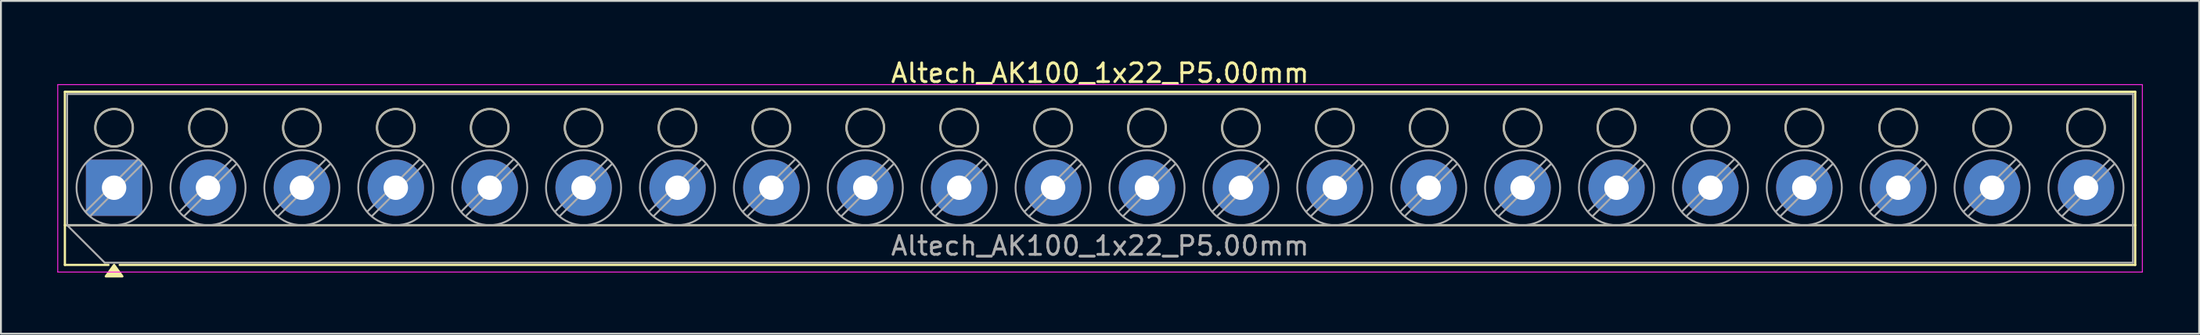
<source format=kicad_pcb>
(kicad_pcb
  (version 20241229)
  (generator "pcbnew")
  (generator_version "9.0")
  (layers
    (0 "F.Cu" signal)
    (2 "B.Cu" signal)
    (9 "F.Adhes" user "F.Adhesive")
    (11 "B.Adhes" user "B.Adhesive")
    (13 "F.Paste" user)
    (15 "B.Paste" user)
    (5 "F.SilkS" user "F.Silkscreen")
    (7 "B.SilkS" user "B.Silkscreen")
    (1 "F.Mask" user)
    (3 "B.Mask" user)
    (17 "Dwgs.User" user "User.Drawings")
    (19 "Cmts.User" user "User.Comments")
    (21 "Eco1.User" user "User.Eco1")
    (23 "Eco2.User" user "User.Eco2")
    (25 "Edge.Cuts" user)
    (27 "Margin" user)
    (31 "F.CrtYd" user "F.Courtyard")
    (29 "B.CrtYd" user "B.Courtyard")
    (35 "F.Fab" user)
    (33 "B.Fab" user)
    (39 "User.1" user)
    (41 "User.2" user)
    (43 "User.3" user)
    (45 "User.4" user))
  (footprint "Altech_AK100_1x22_P5.00mm"
    (layer "F.Cu")
    (at 3.025 6.968)
    (property "Reference" "Altech_AK100_1x22_P5.00mm" (at 52.5 -6.12 0) (layer "F.SilkS") (effects (font (size 1 1) (thickness 0.15))))
    (attr through_hole)
    (fp_line (start -2.62 -5.12) (end 107.62 -5.12) (stroke (width 0.12) (type solid)) (layer "F.SilkS"))
    (fp_line (start -2.62 2) (end 107.62 2) (stroke (width 0.12) (type solid)) (layer "F.SilkS"))
    (fp_line (start -2.62 4.12) (end -2.62 -5.12) (stroke (width 0.12) (type solid)) (layer "F.SilkS"))
    (fp_line (start -0.3 4.12) (end -2.62 4.12) (stroke (width 0.12) (type solid)) (layer "F.SilkS"))
    (fp_line (start 107.62 -5.12) (end 107.62 4.12) (stroke (width 0.12) (type solid)) (layer "F.SilkS"))
    (fp_line (start 107.62 4.12) (end 0.3 4.12) (stroke (width 0.12) (type solid)) (layer "F.SilkS"))
    (fp_circle (center 0 -3.2) (end 1 -3.2) (stroke (width 0.12) (type solid)) (fill no) (layer "F.SilkS"))
    (fp_circle (center 5 -3.2) (end 6 -3.2) (stroke (width 0.12) (type solid)) (fill no) (layer "F.SilkS"))
    (fp_circle (center 10 -3.2) (end 11 -3.2) (stroke (width 0.12) (type solid)) (fill no) (layer "F.SilkS"))
    (fp_circle (center 15 -3.2) (end 16 -3.2) (stroke (width 0.12) (type solid)) (fill no) (layer "F.SilkS"))
    (fp_circle (center 20 -3.2) (end 21 -3.2) (stroke (width 0.12) (type solid)) (fill no) (layer "F.SilkS"))
    (fp_circle (center 25 -3.2) (end 26 -3.2) (stroke (width 0.12) (type solid)) (fill no) (layer "F.SilkS"))
    (fp_circle (center 30 -3.2) (end 31 -3.2) (stroke (width 0.12) (type solid)) (fill no) (layer "F.SilkS"))
    (fp_circle (center 35 -3.2) (end 36 -3.2) (stroke (width 0.12) (type solid)) (fill no) (layer "F.SilkS"))
    (fp_circle (center 40 -3.2) (end 41 -3.2) (stroke (width 0.12) (type solid)) (fill no) (layer "F.SilkS"))
    (fp_circle (center 45 -3.2) (end 46 -3.2) (stroke (width 0.12) (type solid)) (fill no) (layer "F.SilkS"))
    (fp_circle (center 50 -3.2) (end 51 -3.2) (stroke (width 0.12) (type solid)) (fill no) (layer "F.SilkS"))
    (fp_circle (center 55 -3.2) (end 56 -3.2) (stroke (width 0.12) (type solid)) (fill no) (layer "F.SilkS"))
    (fp_circle (center 60 -3.2) (end 61 -3.2) (stroke (width 0.12) (type solid)) (fill no) (layer "F.SilkS"))
    (fp_circle (center 65 -3.2) (end 66 -3.2) (stroke (width 0.12) (type solid)) (fill no) (layer "F.SilkS"))
    (fp_circle (center 70 -3.2) (end 71 -3.2) (stroke (width 0.12) (type solid)) (fill no) (layer "F.SilkS"))
    (fp_circle (center 75 -3.2) (end 76 -3.2) (stroke (width 0.12) (type solid)) (fill no) (layer "F.SilkS"))
    (fp_circle (center 80 -3.2) (end 81 -3.2) (stroke (width 0.12) (type solid)) (fill no) (layer "F.SilkS"))
    (fp_circle (center 85 -3.2) (end 86 -3.2) (stroke (width 0.12) (type solid)) (fill no) (layer "F.SilkS"))
    (fp_circle (center 90 -3.2) (end 91 -3.2) (stroke (width 0.12) (type solid)) (fill no) (layer "F.SilkS"))
    (fp_circle (center 95 -3.2) (end 96 -3.2) (stroke (width 0.12) (type solid)) (fill no) (layer "F.SilkS"))
    (fp_circle (center 100 -3.2) (end 101 -3.2) (stroke (width 0.12) (type solid)) (fill no) (layer "F.SilkS"))
    (fp_circle (center 105 -3.2) (end 106 -3.2) (stroke (width 0.12) (type solid)) (fill no) (layer "F.SilkS"))
    (fp_poly (pts (xy 0 4.12) (xy 0.44 4.73) (xy -0.44 4.73)) (stroke (width 0.12) (type solid)) (fill yes) (layer "F.SilkS"))
    (fp_line (start -3 -5.5) (end -3 4.5) (stroke (width 0.05) (type solid)) (layer "F.CrtYd"))
    (fp_line (start -3 4.5) (end 108 4.5) (stroke (width 0.05) (type solid)) (layer "F.CrtYd"))
    (fp_line (start 108 -5.5) (end -3 -5.5) (stroke (width 0.05) (type solid)) (layer "F.CrtYd"))
    (fp_line (start 108 4.5) (end 108 -5.5) (stroke (width 0.05) (type solid)) (layer "F.CrtYd"))
    (fp_line (start -2.5 -5) (end 107.5 -5) (stroke (width 0.1) (type solid)) (layer "F.Fab"))
    (fp_line (start -2.5 2) (end -2.5 -5) (stroke (width 0.1) (type solid)) (layer "F.Fab"))
    (fp_line (start -2.5 2) (end 107.5 2) (stroke (width 0.1) (type solid)) (layer "F.Fab"))
    (fp_line (start -0.5 4) (end -2.5 2) (stroke (width 0.1) (type solid)) (layer "F.Fab"))
    (fp_line (start 1.273 -1.517) (end -1.517 1.273) (stroke (width 0.1) (type solid)) (layer "F.Fab"))
    (fp_line (start 1.517 -1.273) (end -1.273 1.517) (stroke (width 0.1) (type solid)) (layer "F.Fab"))
    (fp_line (start 6.273 -1.517) (end 3.483 1.273) (stroke (width 0.1) (type solid)) (layer "F.Fab"))
    (fp_line (start 6.517 -1.273) (end 3.727 1.517) (stroke (width 0.1) (type solid)) (layer "F.Fab"))
    (fp_line (start 11.273 -1.517) (end 8.483 1.273) (stroke (width 0.1) (type solid)) (layer "F.Fab"))
    (fp_line (start 11.517 -1.273) (end 8.727 1.517) (stroke (width 0.1) (type solid)) (layer "F.Fab"))
    (fp_line (start 16.273 -1.517) (end 13.483 1.273) (stroke (width 0.1) (type solid)) (layer "F.Fab"))
    (fp_line (start 16.517 -1.273) (end 13.727 1.517) (stroke (width 0.1) (type solid)) (layer "F.Fab"))
    (fp_line (start 21.273 -1.517) (end 18.483 1.273) (stroke (width 0.1) (type solid)) (layer "F.Fab"))
    (fp_line (start 21.517 -1.273) (end 18.727 1.517) (stroke (width 0.1) (type solid)) (layer "F.Fab"))
    (fp_line (start 26.273 -1.517) (end 23.483 1.273) (stroke (width 0.1) (type solid)) (layer "F.Fab"))
    (fp_line (start 26.517 -1.273) (end 23.727 1.517) (stroke (width 0.1) (type solid)) (layer "F.Fab"))
    (fp_line (start 31.273 -1.517) (end 28.483 1.273) (stroke (width 0.1) (type solid)) (layer "F.Fab"))
    (fp_line (start 31.517 -1.273) (end 28.727 1.517) (stroke (width 0.1) (type solid)) (layer "F.Fab"))
    (fp_line (start 36.273 -1.517) (end 33.483 1.273) (stroke (width 0.1) (type solid)) (layer "F.Fab"))
    (fp_line (start 36.517 -1.273) (end 33.727 1.517) (stroke (width 0.1) (type solid)) (layer "F.Fab"))
    (fp_line (start 41.273 -1.517) (end 38.483 1.273) (stroke (width 0.1) (type solid)) (layer "F.Fab"))
    (fp_line (start 41.517 -1.273) (end 38.727 1.517) (stroke (width 0.1) (type solid)) (layer "F.Fab"))
    (fp_line (start 46.273 -1.517) (end 43.483 1.273) (stroke (width 0.1) (type solid)) (layer "F.Fab"))
    (fp_line (start 46.517 -1.273) (end 43.727 1.517) (stroke (width 0.1) (type solid)) (layer "F.Fab"))
    (fp_line (start 51.273 -1.517) (end 48.483 1.273) (stroke (width 0.1) (type solid)) (layer "F.Fab"))
    (fp_line (start 51.517 -1.273) (end 48.727 1.517) (stroke (width 0.1) (type solid)) (layer "F.Fab"))
    (fp_line (start 56.273 -1.517) (end 53.483 1.273) (stroke (width 0.1) (type solid)) (layer "F.Fab"))
    (fp_line (start 56.517 -1.273) (end 53.727 1.517) (stroke (width 0.1) (type solid)) (layer "F.Fab"))
    (fp_line (start 61.273 -1.517) (end 58.483 1.273) (stroke (width 0.1) (type solid)) (layer "F.Fab"))
    (fp_line (start 61.517 -1.273) (end 58.727 1.517) (stroke (width 0.1) (type solid)) (layer "F.Fab"))
    (fp_line (start 66.273 -1.517) (end 63.483 1.273) (stroke (width 0.1) (type solid)) (layer "F.Fab"))
    (fp_line (start 66.517 -1.273) (end 63.727 1.517) (stroke (width 0.1) (type solid)) (layer "F.Fab"))
    (fp_line (start 71.273 -1.517) (end 68.483 1.273) (stroke (width 0.1) (type solid)) (layer "F.Fab"))
    (fp_line (start 71.517 -1.273) (end 68.727 1.517) (stroke (width 0.1) (type solid)) (layer "F.Fab"))
    (fp_line (start 76.273 -1.517) (end 73.483 1.273) (stroke (width 0.1) (type solid)) (layer "F.Fab"))
    (fp_line (start 76.517 -1.273) (end 73.727 1.517) (stroke (width 0.1) (type solid)) (layer "F.Fab"))
    (fp_line (start 81.273 -1.517) (end 78.483 1.273) (stroke (width 0.1) (type solid)) (layer "F.Fab"))
    (fp_line (start 81.517 -1.273) (end 78.727 1.517) (stroke (width 0.1) (type solid)) (layer "F.Fab"))
    (fp_line (start 86.273 -1.517) (end 83.483 1.273) (stroke (width 0.1) (type solid)) (layer "F.Fab"))
    (fp_line (start 86.517 -1.273) (end 83.727 1.517) (stroke (width 0.1) (type solid)) (layer "F.Fab"))
    (fp_line (start 91.273 -1.517) (end 88.483 1.273) (stroke (width 0.1) (type solid)) (layer "F.Fab"))
    (fp_line (start 91.517 -1.273) (end 88.727 1.517) (stroke (width 0.1) (type solid)) (layer "F.Fab"))
    (fp_line (start 96.273 -1.517) (end 93.483 1.273) (stroke (width 0.1) (type solid)) (layer "F.Fab"))
    (fp_line (start 96.517 -1.273) (end 93.727 1.517) (stroke (width 0.1) (type solid)) (layer "F.Fab"))
    (fp_line (start 101.273 -1.517) (end 98.483 1.273) (stroke (width 0.1) (type solid)) (layer "F.Fab"))
    (fp_line (start 101.517 -1.273) (end 98.727 1.517) (stroke (width 0.1) (type solid)) (layer "F.Fab"))
    (fp_line (start 106.273 -1.517) (end 103.483 1.273) (stroke (width 0.1) (type solid)) (layer "F.Fab"))
    (fp_line (start 106.517 -1.273) (end 103.727 1.517) (stroke (width 0.1) (type solid)) (layer "F.Fab"))
    (fp_line (start 107.5 -5) (end 107.5 4) (stroke (width 0.1) (type solid)) (layer "F.Fab"))
    (fp_line (start 107.5 4) (end -0.5 4) (stroke (width 0.1) (type solid)) (layer "F.Fab"))
    (fp_circle (center 0 -3.2) (end 1 -3.2) (stroke (width 0.1) (type solid)) (fill no) (layer "F.Fab"))
    (fp_circle (center 0 0) (end 2 0) (stroke (width 0.1) (type solid)) (fill no) (layer "F.Fab"))
    (fp_circle (center 5 -3.2) (end 6 -3.2) (stroke (width 0.1) (type solid)) (fill no) (layer "F.Fab"))
    (fp_circle (center 5 0) (end 7 0) (stroke (width 0.1) (type solid)) (fill no) (layer "F.Fab"))
    (fp_circle (center 10 -3.2) (end 11 -3.2) (stroke (width 0.1) (type solid)) (fill no) (layer "F.Fab"))
    (fp_circle (center 10 0) (end 12 0) (stroke (width 0.1) (type solid)) (fill no) (layer "F.Fab"))
    (fp_circle (center 15 -3.2) (end 16 -3.2) (stroke (width 0.1) (type solid)) (fill no) (layer "F.Fab"))
    (fp_circle (center 15 0) (end 17 0) (stroke (width 0.1) (type solid)) (fill no) (layer "F.Fab"))
    (fp_circle (center 20 -3.2) (end 21 -3.2) (stroke (width 0.1) (type solid)) (fill no) (layer "F.Fab"))
    (fp_circle (center 20 0) (end 22 0) (stroke (width 0.1) (type solid)) (fill no) (layer "F.Fab"))
    (fp_circle (center 25 -3.2) (end 26 -3.2) (stroke (width 0.1) (type solid)) (fill no) (layer "F.Fab"))
    (fp_circle (center 25 0) (end 27 0) (stroke (width 0.1) (type solid)) (fill no) (layer "F.Fab"))
    (fp_circle (center 30 -3.2) (end 31 -3.2) (stroke (width 0.1) (type solid)) (fill no) (layer "F.Fab"))
    (fp_circle (center 30 0) (end 32 0) (stroke (width 0.1) (type solid)) (fill no) (layer "F.Fab"))
    (fp_circle (center 35 -3.2) (end 36 -3.2) (stroke (width 0.1) (type solid)) (fill no) (layer "F.Fab"))
    (fp_circle (center 35 0) (end 37 0) (stroke (width 0.1) (type solid)) (fill no) (layer "F.Fab"))
    (fp_circle (center 40 -3.2) (end 41 -3.2) (stroke (width 0.1) (type solid)) (fill no) (layer "F.Fab"))
    (fp_circle (center 40 0) (end 42 0) (stroke (width 0.1) (type solid)) (fill no) (layer "F.Fab"))
    (fp_circle (center 45 -3.2) (end 46 -3.2) (stroke (width 0.1) (type solid)) (fill no) (layer "F.Fab"))
    (fp_circle (center 45 0) (end 47 0) (stroke (width 0.1) (type solid)) (fill no) (layer "F.Fab"))
    (fp_circle (center 50 -3.2) (end 51 -3.2) (stroke (width 0.1) (type solid)) (fill no) (layer "F.Fab"))
    (fp_circle (center 50 0) (end 52 0) (stroke (width 0.1) (type solid)) (fill no) (layer "F.Fab"))
    (fp_circle (center 55 -3.2) (end 56 -3.2) (stroke (width 0.1) (type solid)) (fill no) (layer "F.Fab"))
    (fp_circle (center 55 0) (end 57 0) (stroke (width 0.1) (type solid)) (fill no) (layer "F.Fab"))
    (fp_circle (center 60 -3.2) (end 61 -3.2) (stroke (width 0.1) (type solid)) (fill no) (layer "F.Fab"))
    (fp_circle (center 60 0) (end 62 0) (stroke (width 0.1) (type solid)) (fill no) (layer "F.Fab"))
    (fp_circle (center 65 -3.2) (end 66 -3.2) (stroke (width 0.1) (type solid)) (fill no) (layer "F.Fab"))
    (fp_circle (center 65 0) (end 67 0) (stroke (width 0.1) (type solid)) (fill no) (layer "F.Fab"))
    (fp_circle (center 70 -3.2) (end 71 -3.2) (stroke (width 0.1) (type solid)) (fill no) (layer "F.Fab"))
    (fp_circle (center 70 0) (end 72 0) (stroke (width 0.1) (type solid)) (fill no) (layer "F.Fab"))
    (fp_circle (center 75 -3.2) (end 76 -3.2) (stroke (width 0.1) (type solid)) (fill no) (layer "F.Fab"))
    (fp_circle (center 75 0) (end 77 0) (stroke (width 0.1) (type solid)) (fill no) (layer "F.Fab"))
    (fp_circle (center 80 -3.2) (end 81 -3.2) (stroke (width 0.1) (type solid)) (fill no) (layer "F.Fab"))
    (fp_circle (center 80 0) (end 82 0) (stroke (width 0.1) (type solid)) (fill no) (layer "F.Fab"))
    (fp_circle (center 85 -3.2) (end 86 -3.2) (stroke (width 0.1) (type solid)) (fill no) (layer "F.Fab"))
    (fp_circle (center 85 0) (end 87 0) (stroke (width 0.1) (type solid)) (fill no) (layer "F.Fab"))
    (fp_circle (center 90 -3.2) (end 91 -3.2) (stroke (width 0.1) (type solid)) (fill no) (layer "F.Fab"))
    (fp_circle (center 90 0) (end 92 0) (stroke (width 0.1) (type solid)) (fill no) (layer "F.Fab"))
    (fp_circle (center 95 -3.2) (end 96 -3.2) (stroke (width 0.1) (type solid)) (fill no) (layer "F.Fab"))
    (fp_circle (center 95 0) (end 97 0) (stroke (width 0.1) (type solid)) (fill no) (layer "F.Fab"))
    (fp_circle (center 100 -3.2) (end 101 -3.2) (stroke (width 0.1) (type solid)) (fill no) (layer "F.Fab"))
    (fp_circle (center 100 0) (end 102 0) (stroke (width 0.1) (type solid)) (fill no) (layer "F.Fab"))
    (fp_circle (center 105 -3.2) (end 106 -3.2) (stroke (width 0.1) (type solid)) (fill no) (layer "F.Fab"))
    (fp_circle (center 105 0) (end 107 0) (stroke (width 0.1) (type solid)) (fill no) (layer "F.Fab"))
    (fp_text user "${REFERENCE}" (at 52.5 3.1 0) (layer "F.Fab") (effects (font (size 1 1) (thickness 0.15))))
    (pad "1" thru_hole roundrect (at 0 0) (size 3 3) (drill 1.3) (layers "*.Cu" "*.Mask") (roundrect_rratio 0.083))
    (pad "2" thru_hole circle (at 5 0) (size 3 3) (drill 1.3) (layers "*.Cu" "*.Mask"))
    (pad "3" thru_hole circle (at 10 0) (size 3 3) (drill 1.3) (layers "*.Cu" "*.Mask"))
    (pad "4" thru_hole circle (at 15 0) (size 3 3) (drill 1.3) (layers "*.Cu" "*.Mask"))
    (pad "5" thru_hole circle (at 20 0) (size 3 3) (drill 1.3) (layers "*.Cu" "*.Mask"))
    (pad "6" thru_hole circle (at 25 0) (size 3 3) (drill 1.3) (layers "*.Cu" "*.Mask"))
    (pad "7" thru_hole circle (at 30 0) (size 3 3) (drill 1.3) (layers "*.Cu" "*.Mask"))
    (pad "8" thru_hole circle (at 35 0) (size 3 3) (drill 1.3) (layers "*.Cu" "*.Mask"))
    (pad "9" thru_hole circle (at 40 0) (size 3 3) (drill 1.3) (layers "*.Cu" "*.Mask"))
    (pad "10" thru_hole circle (at 45 0) (size 3 3) (drill 1.3) (layers "*.Cu" "*.Mask"))
    (pad "11" thru_hole circle (at 50 0) (size 3 3) (drill 1.3) (layers "*.Cu" "*.Mask"))
    (pad "12" thru_hole circle (at 55 0) (size 3 3) (drill 1.3) (layers "*.Cu" "*.Mask"))
    (pad "13" thru_hole circle (at 60 0) (size 3 3) (drill 1.3) (layers "*.Cu" "*.Mask"))
    (pad "14" thru_hole circle (at 65 0) (size 3 3) (drill 1.3) (layers "*.Cu" "*.Mask"))
    (pad "15" thru_hole circle (at 70 0) (size 3 3) (drill 1.3) (layers "*.Cu" "*.Mask"))
    (pad "16" thru_hole circle (at 75 0) (size 3 3) (drill 1.3) (layers "*.Cu" "*.Mask"))
    (pad "17" thru_hole circle (at 80 0) (size 3 3) (drill 1.3) (layers "*.Cu" "*.Mask"))
    (pad "18" thru_hole circle (at 85 0) (size 3 3) (drill 1.3) (layers "*.Cu" "*.Mask"))
    (pad "19" thru_hole circle (at 90 0) (size 3 3) (drill 1.3) (layers "*.Cu" "*.Mask"))
    (pad "20" thru_hole circle (at 95 0) (size 3 3) (drill 1.3) (layers "*.Cu" "*.Mask"))
    (pad "21" thru_hole circle (at 100 0) (size 3 3) (drill 1.3) (layers "*.Cu" "*.Mask"))
    (pad "22" thru_hole circle (at 105 0) (size 3 3) (drill 1.3) (layers "*.Cu" "*.Mask")))
  (gr_rect
    (start -3 -3)
    (end 114.05 14.758)
    (stroke (width 0.1) (type default))
    (fill no)
    (layer "Edge.Cuts")))
</source>
